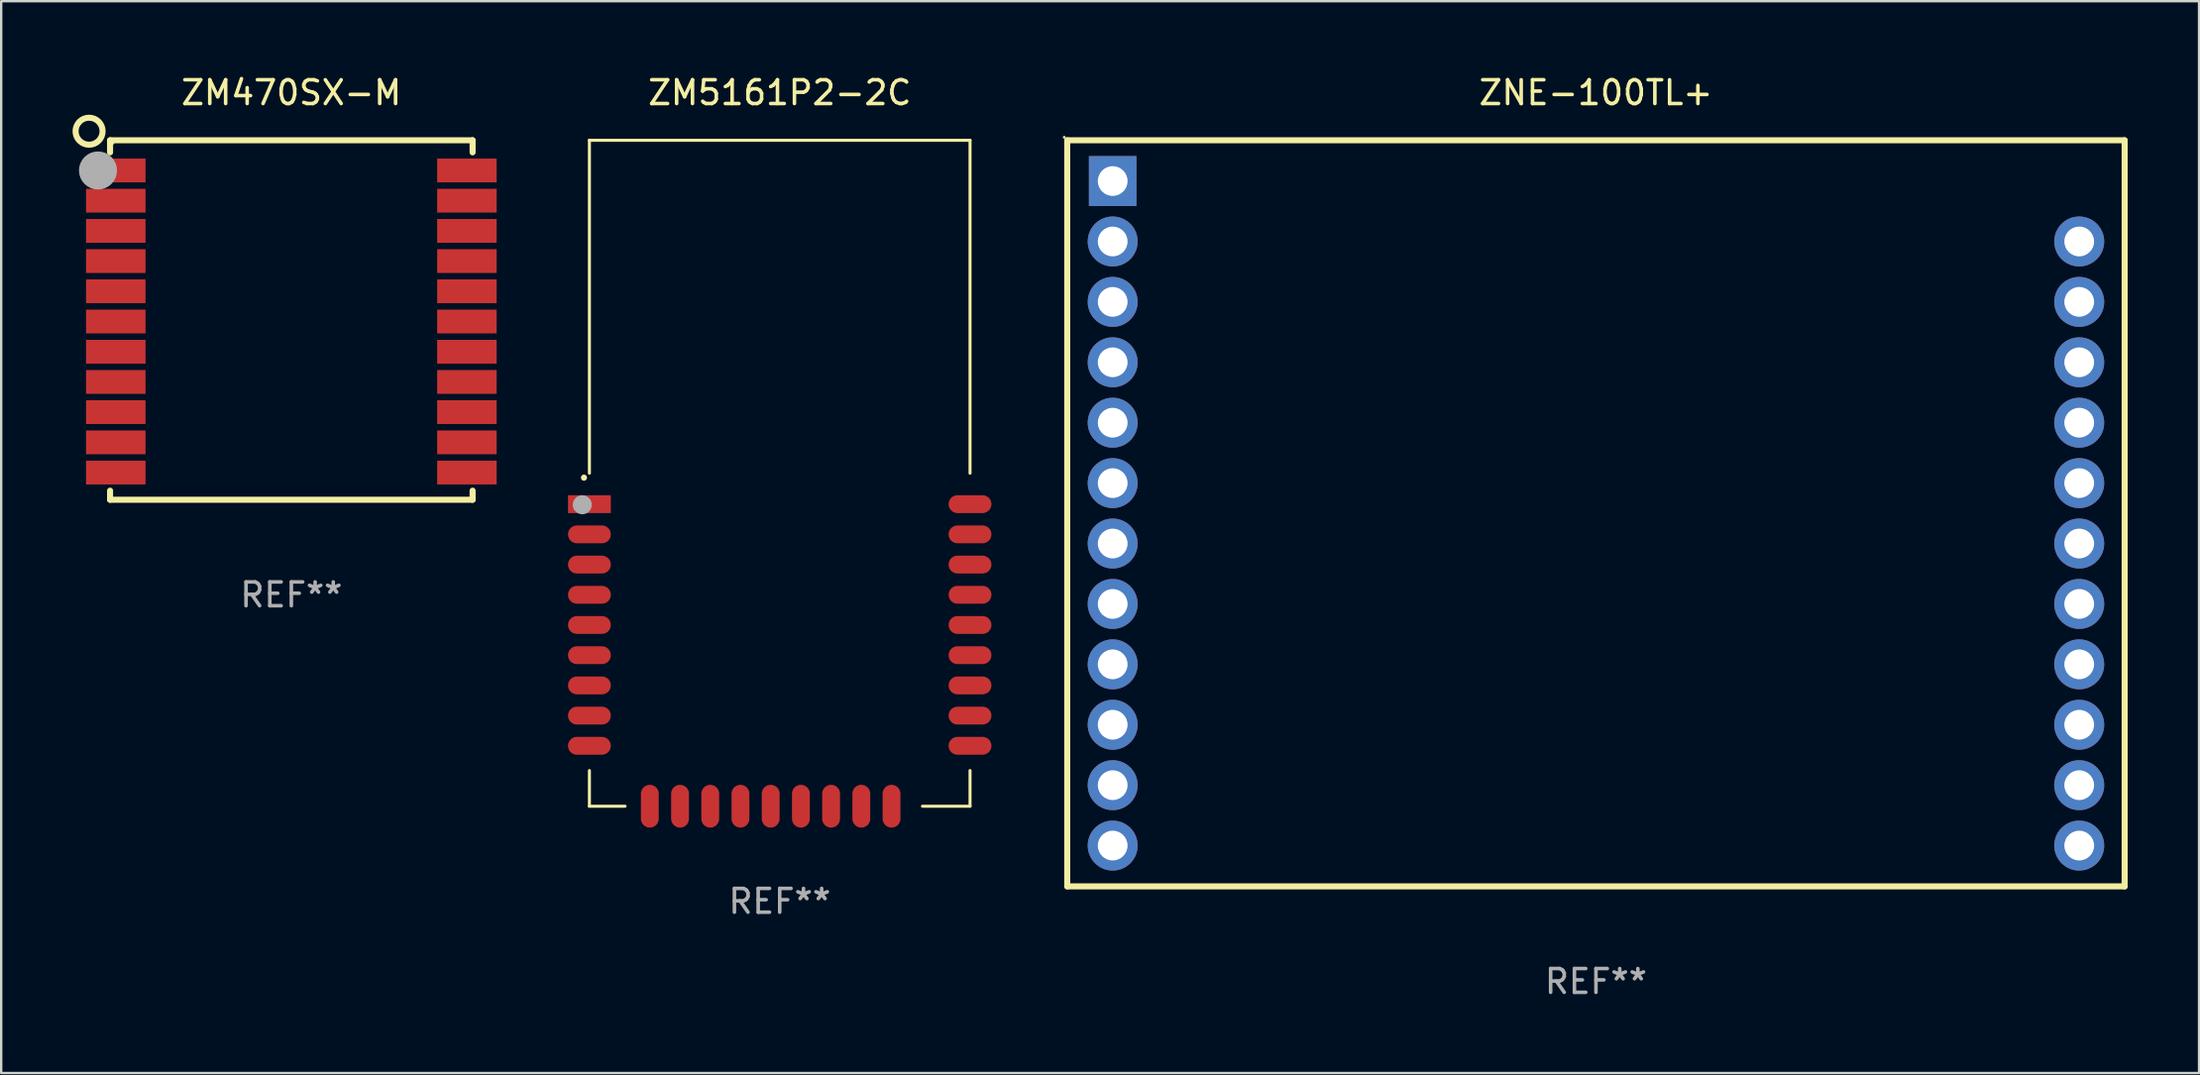
<source format=kicad_pcb>
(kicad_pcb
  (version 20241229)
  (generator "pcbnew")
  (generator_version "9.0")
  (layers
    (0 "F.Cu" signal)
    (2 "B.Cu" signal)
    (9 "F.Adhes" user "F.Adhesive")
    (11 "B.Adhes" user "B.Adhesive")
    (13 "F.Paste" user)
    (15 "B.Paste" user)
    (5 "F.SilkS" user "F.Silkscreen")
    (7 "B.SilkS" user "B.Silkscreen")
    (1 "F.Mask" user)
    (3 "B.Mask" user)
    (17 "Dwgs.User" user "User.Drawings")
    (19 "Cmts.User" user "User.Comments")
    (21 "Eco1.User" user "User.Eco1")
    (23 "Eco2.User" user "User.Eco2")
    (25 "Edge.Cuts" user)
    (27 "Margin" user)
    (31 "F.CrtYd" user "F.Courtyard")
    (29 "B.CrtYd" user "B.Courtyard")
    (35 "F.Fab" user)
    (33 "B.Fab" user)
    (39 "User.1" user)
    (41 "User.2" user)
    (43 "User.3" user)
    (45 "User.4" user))
  (footprint "ZM470SX-M"
    (layer "F.Cu")
    (at 9.197 10.405)
    (property "Reference" "ZM470SX-M" (at 0 -9.557 0) (layer "F.SilkS") (effects (font (size 1 1) (thickness 0.15))))
    (attr through_hole)
    (fp_line (start -7.62 -7.557) (end -7.62 -7.049) (stroke (width 0.254) (type solid)) (layer "F.SilkS"))
    (fp_line (start -7.62 7.557) (end -7.62 7.176) (stroke (width 0.254) (type solid)) (layer "F.SilkS"))
    (fp_line (start 7.62 -7.557) (end -7.62 -7.557) (stroke (width 0.254) (type solid)) (layer "F.SilkS"))
    (fp_line (start 7.62 -7.049) (end 7.62 -7.557) (stroke (width 0.254) (type solid)) (layer "F.SilkS"))
    (fp_line (start 7.62 7.176) (end 7.62 7.557) (stroke (width 0.254) (type solid)) (layer "F.SilkS"))
    (fp_line (start 7.62 7.557) (end -7.62 7.557) (stroke (width 0.254) (type solid)) (layer "F.SilkS"))
    (fp_circle (center -8.502 -7.938) (end -7.934 -7.938) (stroke (width 0.254) (type solid)) (fill no) (layer "F.SilkS"))
    (fp_circle (center -7.5 -7.437) (end -7.47 -7.437) (stroke (width 0.06) (type solid)) (fill no) (layer "F.SilkS"))
    (fp_circle (center -8.128 -6.287) (end -7.728 -6.287) (stroke (width 0.8) (type solid)) (fill no) (layer "F.Fab"))
    (fp_text user "REF**" (at 0 11.557 0) (layer "F.Fab") (effects (font (size 1 1) (thickness 0.15))))
    (pad "1" smd rect (at -7.38 -6.287) (size 2.5 1) (layers "F.Cu" "F.Mask" "F.Paste"))
    (pad "2" smd rect (at -7.38 -5.017) (size 2.5 1) (layers "F.Cu" "F.Mask" "F.Paste"))
    (pad "3" smd rect (at -7.38 -3.747) (size 2.5 1) (layers "F.Cu" "F.Mask" "F.Paste"))
    (pad "4" smd rect (at -7.38 -2.477) (size 2.5 1) (layers "F.Cu" "F.Mask" "F.Paste"))
    (pad "5" smd rect (at -7.38 -1.207) (size 2.5 1) (layers "F.Cu" "F.Mask" "F.Paste"))
    (pad "6" smd rect (at -7.38 0.064) (size 2.5 1) (layers "F.Cu" "F.Mask" "F.Paste"))
    (pad "7" smd rect (at -7.38 1.334) (size 2.5 1) (layers "F.Cu" "F.Mask" "F.Paste"))
    (pad "8" smd rect (at -7.38 2.604) (size 2.5 1) (layers "F.Cu" "F.Mask" "F.Paste"))
    (pad "9" smd rect (at -7.38 3.874) (size 2.5 1) (layers "F.Cu" "F.Mask" "F.Paste"))
    (pad "10" smd rect (at -7.38 5.144) (size 2.5 1) (layers "F.Cu" "F.Mask" "F.Paste"))
    (pad "11" smd rect (at -7.38 6.414) (size 2.5 1) (layers "F.Cu" "F.Mask" "F.Paste"))
    (pad "12" smd rect (at 7.38 6.414) (size 2.5 1) (layers "F.Cu" "F.Mask" "F.Paste"))
    (pad "13" smd rect (at 7.38 5.144) (size 2.5 1) (layers "F.Cu" "F.Mask" "F.Paste"))
    (pad "14" smd rect (at 7.38 3.874) (size 2.5 1) (layers "F.Cu" "F.Mask" "F.Paste"))
    (pad "15" smd rect (at 7.38 2.604) (size 2.5 1) (layers "F.Cu" "F.Mask" "F.Paste"))
    (pad "16" smd rect (at 7.38 1.334) (size 2.5 1) (layers "F.Cu" "F.Mask" "F.Paste"))
    (pad "17" smd rect (at 7.38 0.064) (size 2.5 1) (layers "F.Cu" "F.Mask" "F.Paste"))
    (pad "18" smd rect (at 7.38 -1.207) (size 2.5 1) (layers "F.Cu" "F.Mask" "F.Paste"))
    (pad "19" smd rect (at 7.38 -2.477) (size 2.5 1) (layers "F.Cu" "F.Mask" "F.Paste"))
    (pad "20" smd rect (at 7.38 -3.747) (size 2.5 1) (layers "F.Cu" "F.Mask" "F.Paste"))
    (pad "21" smd rect (at 7.38 -5.017) (size 2.5 1) (layers "F.Cu" "F.Mask" "F.Paste"))
    (pad "22" smd rect (at 7.38 -6.287) (size 2.5 1) (layers "F.Cu" "F.Mask" "F.Paste")))
  (footprint "ZNE-100TL+"
    (layer "F.Cu")
    (at 64.039 18.533)
    (property "Reference" "ZNE-100TL+" (at 0 -17.685 0) (layer "F.SilkS") (effects (font (size 1 1) (thickness 0.15))))
    (attr through_hole)
    (fp_line (start -22.225 -15.685) (end -22.225 15.685) (stroke (width 0.254) (type solid)) (layer "F.SilkS"))
    (fp_line (start -22.225 -15.685) (end 22.225 -15.685) (stroke (width 0.254) (type solid)) (layer "F.SilkS"))
    (fp_line (start -22.225 15.685) (end 22.225 15.685) (stroke (width 0.254) (type solid)) (layer "F.SilkS"))
    (fp_line (start 22.225 -15.685) (end 22.225 15.685) (stroke (width 0.254) (type solid)) (layer "F.SilkS"))
    (fp_circle (center -22.352 -15.812) (end -22.322 -15.812) (stroke (width 0.06) (type solid)) (fill no) (layer "F.SilkS"))
    (fp_text user "REF**" (at 0 19.685 0) (layer "F.Fab") (effects (font (size 1 1) (thickness 0.15))))
    (pad "1" thru_hole rect (at -20.315 -13.97) (size 2 2.1) (drill 1.25) (layers "*.Cu" "*.Mask"))
    (pad "2" thru_hole circle (at -20.315 -11.43) (size 2.1 2.1) (drill 1.25) (layers "*.Cu" "*.Mask"))
    (pad "3" thru_hole circle (at -20.315 -8.89) (size 2.1 2.1) (drill 1.25) (layers "*.Cu" "*.Mask"))
    (pad "4" thru_hole circle (at -20.315 -6.35) (size 2.1 2.1) (drill 1.25) (layers "*.Cu" "*.Mask"))
    (pad "5" thru_hole circle (at -20.315 -3.81) (size 2.1 2.1) (drill 1.25) (layers "*.Cu" "*.Mask"))
    (pad "6" thru_hole circle (at -20.315 -1.27) (size 2.1 2.1) (drill 1.25) (layers "*.Cu" "*.Mask"))
    (pad "7" thru_hole circle (at -20.315 1.27) (size 2.1 2.1) (drill 1.25) (layers "*.Cu" "*.Mask"))
    (pad "8" thru_hole circle (at -20.315 3.81) (size 2.1 2.1) (drill 1.25) (layers "*.Cu" "*.Mask"))
    (pad "9" thru_hole circle (at -20.315 6.35) (size 2.1 2.1) (drill 1.25) (layers "*.Cu" "*.Mask"))
    (pad "10" thru_hole circle (at -20.315 8.89) (size 2.1 2.1) (drill 1.25) (layers "*.Cu" "*.Mask"))
    (pad "11" thru_hole circle (at -20.315 11.43) (size 2.1 2.1) (drill 1.25) (layers "*.Cu" "*.Mask"))
    (pad "12" thru_hole circle (at -20.315 13.97) (size 2.1 2.1) (drill 1.25) (layers "*.Cu" "*.Mask"))
    (pad "13" thru_hole circle (at 20.315 13.97) (size 2.1 2.1) (drill 1.25) (layers "*.Cu" "*.Mask"))
    (pad "14" thru_hole circle (at 20.315 11.43) (size 2.1 2.1) (drill 1.25) (layers "*.Cu" "*.Mask"))
    (pad "15" thru_hole circle (at 20.315 8.89) (size 2.1 2.1) (drill 1.25) (layers "*.Cu" "*.Mask"))
    (pad "16" thru_hole circle (at 20.315 6.35) (size 2.1 2.1) (drill 1.25) (layers "*.Cu" "*.Mask"))
    (pad "17" thru_hole circle (at 20.315 3.81) (size 2.1 2.1) (drill 1.25) (layers "*.Cu" "*.Mask"))
    (pad "18" thru_hole circle (at 20.315 1.27) (size 2.1 2.1) (drill 1.25) (layers "*.Cu" "*.Mask"))
    (pad "19" thru_hole circle (at 20.315 -1.27) (size 2.1 2.1) (drill 1.25) (layers "*.Cu" "*.Mask"))
    (pad "20" thru_hole circle (at 20.315 -3.81) (size 2.1 2.1) (drill 1.25) (layers "*.Cu" "*.Mask"))
    (pad "21" thru_hole circle (at 20.315 -6.35) (size 2.1 2.1) (drill 1.25) (layers "*.Cu" "*.Mask"))
    (pad "22" thru_hole circle (at 20.315 -8.89) (size 2.1 2.1) (drill 1.25) (layers "*.Cu" "*.Mask"))
    (pad "23" thru_hole circle (at 20.315 -11.43) (size 2.1 2.1) (drill 1.25) (layers "*.Cu" "*.Mask")))
  (footprint "ZM5161P2-2C"
    (layer "F.Cu")
    (at 29.727 16.848)
    (property "Reference" "ZM5161P2-2C" (at 0 -16 0) (layer "F.SilkS") (effects (font (size 1 1) (thickness 0.15))))
    (attr through_hole)
    (fp_line (start -8 -14) (end 8 -14) (stroke (width 0.127) (type solid)) (layer "F.SilkS"))
    (fp_line (start -8 0.000051) (end -8 -14) (stroke (width 0.127) (type solid)) (layer "F.SilkS"))
    (fp_line (start -8 12.5) (end -8 14) (stroke (width 0.127) (type solid)) (layer "F.SilkS"))
    (fp_line (start -8 14) (end -6.5 14) (stroke (width 0.127) (type solid)) (layer "F.SilkS"))
    (fp_line (start 6 14) (end 8 14) (stroke (width 0.127) (type solid)) (layer "F.SilkS"))
    (fp_line (start 8 -14) (end 8 0.000051) (stroke (width 0.127) (type solid)) (layer "F.SilkS"))
    (fp_line (start 8 14) (end 8 12.5) (stroke (width 0.127) (type solid)) (layer "F.SilkS"))
    (fp_arc (start -8.2286 0.187935) (mid -8.228614 0.185217) (end -8.2286 0.182499) (stroke (width 0.254001) (type solid)) (layer "F.SilkS"))
    (fp_circle (center -8 -14) (end -7.97 -14) (stroke (width 0.06) (type solid)) (fill no) (layer "F.SilkS"))
    (fp_circle (center -8.3 1.325) (end -8.1 1.325) (stroke (width 0.4) (type solid)) (fill no) (layer "F.Fab"))
    (fp_text user "REF**" (at 0 18 0) (layer "F.Fab") (effects (font (size 1 1) (thickness 0.15))))
    (pad "1" smd rect (at -8 1.3) (size 1.8 0.75) (layers "F.Cu" "F.Mask" "F.Paste"))
    (pad "2" smd oval (at -8 2.57) (size 1.8 0.75) (layers "F.Cu" "F.Mask" "F.Paste"))
    (pad "3" smd oval (at -8 3.84) (size 1.8 0.75) (layers "F.Cu" "F.Mask" "F.Paste"))
    (pad "4" smd oval (at -8 5.11) (size 1.8 0.75) (layers "F.Cu" "F.Mask" "F.Paste"))
    (pad "5" smd oval (at -8 6.38) (size 1.8 0.75) (layers "F.Cu" "F.Mask" "F.Paste"))
    (pad "6" smd oval (at -8 7.65) (size 1.8 0.75) (layers "F.Cu" "F.Mask" "F.Paste"))
    (pad "7" smd oval (at -8 8.92) (size 1.8 0.75) (layers "F.Cu" "F.Mask" "F.Paste"))
    (pad "8" smd oval (at -8 10.19) (size 1.8 0.75) (layers "F.Cu" "F.Mask" "F.Paste"))
    (pad "9" smd oval (at -8 11.46) (size 1.8 0.75) (layers "F.Cu" "F.Mask" "F.Paste"))
    (pad "10" smd oval (at -5.46 14 90) (size 1.8 0.75) (layers "F.Cu" "F.Mask" "F.Paste"))
    (pad "11" smd oval (at -4.19 14 90) (size 1.8 0.75) (layers "F.Cu" "F.Mask" "F.Paste"))
    (pad "12" smd oval (at -2.92 14 90) (size 1.8 0.75) (layers "F.Cu" "F.Mask" "F.Paste"))
    (pad "13" smd oval (at -1.65 14 90) (size 1.8 0.75) (layers "F.Cu" "F.Mask" "F.Paste"))
    (pad "14" smd oval (at -0.38 14 90) (size 1.8 0.75) (layers "F.Cu" "F.Mask" "F.Paste"))
    (pad "15" smd oval (at 0.89 14 90) (size 1.8 0.75) (layers "F.Cu" "F.Mask" "F.Paste"))
    (pad "16" smd oval (at 2.16 14 90) (size 1.8 0.75) (layers "F.Cu" "F.Mask" "F.Paste"))
    (pad "17" smd oval (at 3.43 14 90) (size 1.8 0.75) (layers "F.Cu" "F.Mask" "F.Paste"))
    (pad "18" smd oval (at 4.7 14 90) (size 1.8 0.75) (layers "F.Cu" "F.Mask" "F.Paste"))
    (pad "19" smd oval (at 8 11.46 180) (size 1.8 0.75) (layers "F.Cu" "F.Mask" "F.Paste"))
    (pad "20" smd oval (at 8 10.19 180) (size 1.8 0.75) (layers "F.Cu" "F.Mask" "F.Paste"))
    (pad "21" smd oval (at 8 8.92 180) (size 1.8 0.75) (layers "F.Cu" "F.Mask" "F.Paste"))
    (pad "22" smd oval (at 8 7.65 180) (size 1.8 0.75) (layers "F.Cu" "F.Mask" "F.Paste"))
    (pad "23" smd oval (at 8 6.38 180) (size 1.8 0.75) (layers "F.Cu" "F.Mask" "F.Paste"))
    (pad "24" smd oval (at 8 5.11 180) (size 1.8 0.75) (layers "F.Cu" "F.Mask" "F.Paste"))
    (pad "25" smd oval (at 8 3.84 180) (size 1.8 0.75) (layers "F.Cu" "F.Mask" "F.Paste"))
    (pad "26" smd oval (at 8 2.57 180) (size 1.8 0.75) (layers "F.Cu" "F.Mask" "F.Paste"))
    (pad "27" smd oval (at 8 1.3 180) (size 1.8 0.75) (layers "F.Cu" "F.Mask" "F.Paste")))
  (gr_rect
    (start -3 -3)
    (end 89.391 42.067)
    (stroke (width 0.1) (type default))
    (fill no)
    (layer "Edge.Cuts")))
</source>
